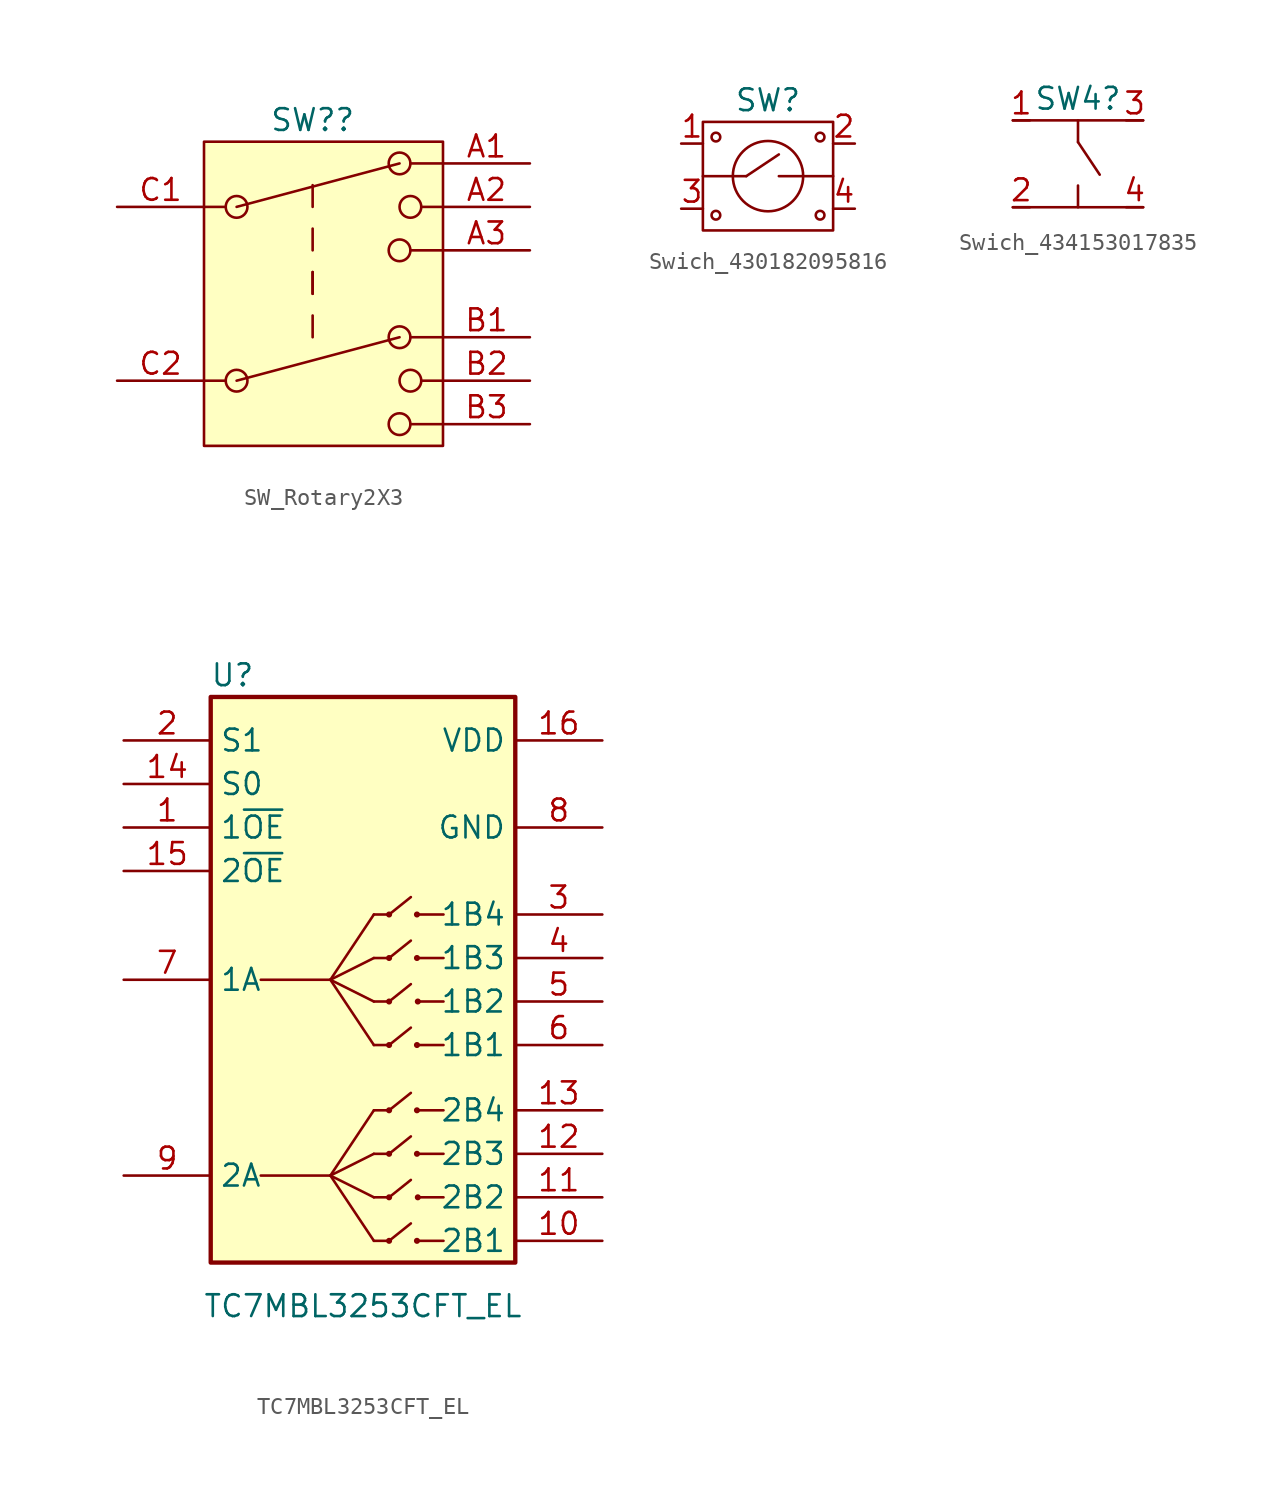
<source format=kicad_sym>
(kicad_symbol_lib
  (version 20211014)
  (generator kicad_symbol_editor)
  (symbol "SW_Rotary2X3"
    (pin_names
      (offset 1.016) hide)
    (property "Reference" "SW?"
      (at 11.43 5.08 0)
      (effects (font (size 1.27 1.27))))
    (symbol "SW_Rotary2X3_0_0"
      (polyline (pts (xy 6.35 -10.16) (xy 5.08 -10.16)) (stroke (width 0) (type default) (color 0 0 0 0)) (fill (type none)))
      (polyline (pts (xy 6.35 0) (xy 5.08 0)) (stroke (width 0) (type default) (color 0 0 0 0)) (fill (type none)))
      (polyline (pts (xy 6.985 -10.16) (xy 16.51 -7.62)) (stroke (width 0) (type default) (color 0 0 0 0)) (fill (type none)))
      (polyline (pts (xy 6.985 0) (xy 16.51 2.54)) (stroke (width 0) (type default) (color 0 0 0 0)) (fill (type none)))
      (polyline (pts (xy 11.43 -7.62) (xy 11.43 -6.35)) (stroke (width 0) (type default) (color 0 0 0 0)) (fill (type none)))
      (polyline (pts (xy 11.43 -5.08) (xy 11.43 -3.81)) (stroke (width 0) (type default) (color 0 0 0 0)) (fill (type none)))
      (polyline (pts (xy 11.43 -5.08) (xy 11.43 -3.81)) (stroke (width 0) (type default) (color 0 0 0 0)) (fill (type none)))
      (polyline (pts (xy 11.43 -2.54) (xy 11.43 -1.27)) (stroke (width 0) (type default) (color 0 0 0 0)) (fill (type none)))
      (polyline (pts (xy 11.43 0) (xy 11.43 1.27)) (stroke (width 0) (type default) (color 0 0 0 0)) (fill (type none)))
      (polyline (pts (xy 17.145 -12.7) (xy 19.05 -12.7)) (stroke (width 0) (type default) (color 0 0 0 0)) (fill (type none)))
      (polyline (pts (xy 17.145 -7.62) (xy 19.05 -7.62)) (stroke (width 0) (type default) (color 0 0 0 0)) (fill (type none)))
      (polyline (pts (xy 17.145 -2.54) (xy 19.05 -2.54)) (stroke (width 0) (type default) (color 0 0 0 0)) (fill (type none)))
      (polyline (pts (xy 17.145 2.54) (xy 19.05 2.54)) (stroke (width 0) (type default) (color 0 0 0 0)) (fill (type none)))
      (polyline (pts (xy 17.78 -10.16) (xy 19.05 -10.16)) (stroke (width 0) (type default) (color 0 0 0 0)) (fill (type none)))
      (polyline (pts (xy 17.78 0) (xy 19.05 0)) (stroke (width 0) (type default) (color 0 0 0 0)) (fill (type none)))
      (circle (center 6.985 -10.16) (radius 0.635) (stroke (width 0) (type default) (color 0 0 0 0)) (fill (type none)))
      (circle (center 6.985 0) (radius 0.635) (stroke (width 0) (type default) (color 0 0 0 0)) (fill (type none)))
      (circle (center 16.51 -12.7) (radius 0.635) (stroke (width 0) (type default) (color 0 0 0 0)) (fill (type none)))
      (circle (center 16.51 -7.62) (radius 0.635) (stroke (width 0) (type default) (color 0 0 0 0)) (fill (type none)))
      (circle (center 16.51 -2.54) (radius 0.635) (stroke (width 0) (type default) (color 0 0 0 0)) (fill (type none)))
      (circle (center 16.51 2.54) (radius 0.635) (stroke (width 0) (type default) (color 0 0 0 0)) (fill (type none)))
      (circle (center 17.145 -10.16) (radius 0.635) (stroke (width 0) (type default) (color 0 0 0 0)) (fill (type none)))
      (circle (center 17.145 0) (radius 0.635) (stroke (width 0) (type default) (color 0 0 0 0)) (fill (type none))))
    (symbol "SW_Rotary2X3_0_1"
      (rectangle (start 19.05 3.81) (end 5.08 -13.97) (stroke (width 0.152) (type default) (color 0 0 0 0)) (fill (type background)))
      (pin passive line (at 24.13 2.54 180) (length 5.08) (name "A1" (effects (font (size 1.27 1.27)))) (number "A1" (effects (font (size 1.27 1.27)))))
      (pin passive line (at 24.13 0 180) (length 5.08) (name "A2" (effects (font (size 1.27 1.27)))) (number "A2" (effects (font (size 1.27 1.27)))))
      (pin passive line (at 24.13 -2.54 180) (length 5.08) (name "A3" (effects (font (size 1.27 1.27)))) (number "A3" (effects (font (size 1.27 1.27)))))
      (pin passive line (at 24.13 -7.62 180) (length 5.08) (name "B1" (effects (font (size 1.27 1.27)))) (number "B1" (effects (font (size 1.27 1.27)))))
      (pin passive line (at 24.13 -10.16 180) (length 5.08) (name "B2" (effects (font (size 1.27 1.27)))) (number "B2" (effects (font (size 1.27 1.27)))))
      (pin passive line (at 24.13 -12.7 180) (length 5.08) (name "B3" (effects (font (size 1.27 1.27)))) (number "B3" (effects (font (size 1.27 1.27)))))
      (pin passive line (at 0 0 0) (length 5.08) (name "C1" (effects (font (size 1.27 1.27)))) (number "C1" (effects (font (size 1.27 1.27)))))
      (pin passive line (at 0 -10.16 0) (length 5.08) (name "C2" (effects (font (size 1.27 1.27)))) (number "C2" (effects (font (size 1.27 1.27)))))))
  (symbol "Swich_430182095816"
    (pin_names
      (offset 1.016))
    (property "Reference" "SW"
      (at 0 4.445 0)
      (effects (font (size 1.27 1.27))))
    (symbol "Swich_430182095816_0_1"
      (rectangle (start -3.81 3.175) (end 3.81 -3.175) (stroke (width 0) (type default) (color 0 0 0 0)) (fill (type none)))
      (circle (center -3.048 -2.286) (radius 0.254) (stroke (width 0) (type default) (color 0 0 0 0)) (fill (type none)))
      (circle (center -3.048 2.286) (radius 0.254) (stroke (width 0) (type default) (color 0 0 0 0)) (fill (type none)))
      (polyline (pts (xy -3.81 0) (xy -1.27 0)) (stroke (width 0) (type default) (color 0 0 0 0)) (fill (type none)))
      (polyline (pts (xy -1.27 0) (xy 0.635 1.27)) (stroke (width 0) (type default) (color 0 0 0 0)) (fill (type none)))
      (polyline (pts (xy 3.81 0) (xy 0.635 0)) (stroke (width 0) (type default) (color 0 0 0 0)) (fill (type none)))
      (circle (center 0 0) (radius 2.057) (stroke (width 0) (type default) (color 0 0 0 0)) (fill (type none)))
      (circle (center 3.048 -2.286) (radius 0.254) (stroke (width 0) (type default) (color 0 0 0 0)) (fill (type none)))
      (circle (center 3.048 2.286) (radius 0.254) (stroke (width 0) (type default) (color 0 0 0 0)) (fill (type none))))
    (symbol "Swich_430182095816_1_1"
      (pin input line (at -5.08 1.905 0) (length 1.27) (name "~" (effects (font (size 1.27 1.27)))) (number "1" (effects (font (size 1.27 1.27)))))
      (pin input line (at 5.08 1.905 180) (length 1.27) (name "~" (effects (font (size 1.27 1.27)))) (number "2" (effects (font (size 1.27 1.27)))))
      (pin input line (at -5.08 -1.905 0) (length 1.27) (name "~" (effects (font (size 1.27 1.27)))) (number "3" (effects (font (size 1.27 1.27)))))
      (pin input line (at 5.08 -1.905 180) (length 1.27) (name "~" (effects (font (size 1.27 1.27)))) (number "4" (effects (font (size 1.27 1.27)))))))
  (symbol "Swich_434153017835"
    (pin_names
      (offset 1.016))
    (property "Reference" "SW4"
      (at 3.81 1.27 0)
      (effects (font (size 1.27 1.27))))
    (symbol "Swich_434153017835_0_1"
      (polyline (pts (xy 3.81 -1.27) (xy 5.08 -3.175)) (stroke (width 0) (type default) (color 0 0 0 0)) (fill (type none)))
      (rectangle (start 3.81 -3.81) (end 3.81 -5.08) (stroke (width 0) (type default) (color 0 0 0 0)) (fill (type none)))
      (rectangle (start 3.81 0) (end 3.81 -1.27) (stroke (width 0) (type default) (color 0 0 0 0)) (fill (type none)))
      (rectangle (start 7.62 0) (end 0 0) (stroke (width 0) (type default) (color 0 0 0 0)) (fill (type none))))
    (symbol "Swich_434153017835_1_1"
      (rectangle (start 7.62 -5.08) (end 0 -5.08) (stroke (width 0) (type default) (color 0 0 0 0)) (fill (type none)))
      (pin input line (at 0 0 0) (length 0.991) (name "~" (effects (font (size 1.27 1.27)))) (number "1" (effects (font (size 1.27 1.27)))))
      (pin input line (at 0 -5.08 0) (length 0.991) (name "~" (effects (font (size 1.27 1.27)))) (number "2" (effects (font (size 1.27 1.27)))))
      (pin input line (at 7.62 0 180) (length 0.991) (name "~" (effects (font (size 1.27 1.27)))) (number "3" (effects (font (size 1.27 1.27)))))
      (pin input line (at 7.62 -5.08 180) (length 0.991) (name "~" (effects (font (size 1.27 1.27)))) (number "4" (effects (font (size 1.27 1.27)))))))
  (symbol "TC7MBL3253CFT_EL"
    (property "Reference" "U"
      (at 5.08 6.35 0)
      (effects (font (size 1.27 1.27))))
    (property "Value" "TC7MBL3253CFT_EL"
      (at 12.7 -30.48 0)
      (effects (font (size 1.27 1.27))))
    (symbol "TC7MBL3253CFT_EL_0_1"
      (polyline (pts (xy 6.731 -22.86) (xy 10.795 -22.86)) (stroke (width 0.152) (type default) (color 0 0 0 0)) (fill (type none)))
      (polyline (pts (xy 6.731 -11.43) (xy 10.795 -11.43)) (stroke (width 0.152) (type default) (color 0 0 0 0)) (fill (type none)))
      (polyline (pts (xy 10.795 -22.86) (xy 13.335 -26.67)) (stroke (width 0.152) (type default) (color 0 0 0 0)) (fill (type none)))
      (polyline (pts (xy 10.795 -22.86) (xy 13.335 -24.13)) (stroke (width 0.152) (type default) (color 0 0 0 0)) (fill (type none)))
      (polyline (pts (xy 10.795 -22.86) (xy 13.335 -21.59)) (stroke (width 0.152) (type default) (color 0 0 0 0)) (fill (type none)))
      (polyline (pts (xy 10.795 -22.86) (xy 13.335 -19.05)) (stroke (width 0.152) (type default) (color 0 0 0 0)) (fill (type none)))
      (polyline (pts (xy 10.795 -11.43) (xy 13.335 -15.24)) (stroke (width 0.152) (type default) (color 0 0 0 0)) (fill (type none)))
      (polyline (pts (xy 10.795 -11.43) (xy 13.335 -12.7)) (stroke (width 0.152) (type default) (color 0 0 0 0)) (fill (type none)))
      (polyline (pts (xy 10.795 -11.43) (xy 13.335 -10.16)) (stroke (width 0.152) (type default) (color 0 0 0 0)) (fill (type none)))
      (polyline (pts (xy 10.795 -11.43) (xy 13.335 -7.62)) (stroke (width 0.152) (type default) (color 0 0 0 0)) (fill (type none)))
      (polyline (pts (xy 13.335 -26.67) (xy 14.224 -26.67)) (stroke (width 0.152) (type default) (color 0 0 0 0)) (fill (type none)))
      (polyline (pts (xy 13.335 -24.13) (xy 14.224 -24.13)) (stroke (width 0.152) (type default) (color 0 0 0 0)) (fill (type none)))
      (polyline (pts (xy 13.335 -21.59) (xy 14.224 -21.59)) (stroke (width 0.152) (type default) (color 0 0 0 0)) (fill (type none)))
      (polyline (pts (xy 13.335 -19.05) (xy 14.224 -19.05)) (stroke (width 0.152) (type default) (color 0 0 0 0)) (fill (type none)))
      (polyline (pts (xy 13.335 -15.24) (xy 14.224 -15.24)) (stroke (width 0.152) (type default) (color 0 0 0 0)) (fill (type none)))
      (polyline (pts (xy 13.335 -12.7) (xy 14.224 -12.7)) (stroke (width 0.152) (type default) (color 0 0 0 0)) (fill (type none)))
      (polyline (pts (xy 13.335 -10.16) (xy 14.224 -10.16)) (stroke (width 0.152) (type default) (color 0 0 0 0)) (fill (type none)))
      (polyline (pts (xy 13.335 -7.62) (xy 14.224 -7.62)) (stroke (width 0.152) (type default) (color 0 0 0 0)) (fill (type none)))
      (polyline (pts (xy 14.224 -26.67) (xy 15.494 -25.654)) (stroke (width 0.152) (type default) (color 0 0 0 0)) (fill (type none)))
      (polyline (pts (xy 14.224 -24.13) (xy 15.494 -23.114)) (stroke (width 0.152) (type default) (color 0 0 0 0)) (fill (type none)))
      (polyline (pts (xy 14.224 -21.59) (xy 15.494 -20.574)) (stroke (width 0.152) (type default) (color 0 0 0 0)) (fill (type none)))
      (polyline (pts (xy 14.224 -19.05) (xy 15.494 -18.034)) (stroke (width 0.152) (type default) (color 0 0 0 0)) (fill (type none)))
      (polyline (pts (xy 14.224 -15.24) (xy 15.494 -14.224)) (stroke (width 0.152) (type default) (color 0 0 0 0)) (fill (type none)))
      (polyline (pts (xy 14.224 -12.7) (xy 15.494 -11.684)) (stroke (width 0.152) (type default) (color 0 0 0 0)) (fill (type none)))
      (polyline (pts (xy 14.224 -10.16) (xy 15.494 -9.144)) (stroke (width 0.152) (type default) (color 0 0 0 0)) (fill (type none)))
      (polyline (pts (xy 14.224 -7.62) (xy 15.494 -6.604)) (stroke (width 0.152) (type default) (color 0 0 0 0)) (fill (type none)))
      (polyline (pts (xy 15.875 -26.67) (xy 17.399 -26.67)) (stroke (width 0.152) (type default) (color 0 0 0 0)) (fill (type none)))
      (polyline (pts (xy 15.875 -24.13) (xy 17.399 -24.13)) (stroke (width 0.152) (type default) (color 0 0 0 0)) (fill (type none)))
      (polyline (pts (xy 15.875 -21.59) (xy 17.399 -21.59)) (stroke (width 0.152) (type default) (color 0 0 0 0)) (fill (type none)))
      (polyline (pts (xy 15.875 -19.05) (xy 17.399 -19.05)) (stroke (width 0.152) (type default) (color 0 0 0 0)) (fill (type none)))
      (polyline (pts (xy 15.875 -15.24) (xy 17.399 -15.24)) (stroke (width 0.152) (type default) (color 0 0 0 0)) (fill (type none)))
      (polyline (pts (xy 15.875 -12.7) (xy 17.399 -12.7)) (stroke (width 0.152) (type default) (color 0 0 0 0)) (fill (type none)))
      (polyline (pts (xy 15.875 -10.16) (xy 17.399 -10.16)) (stroke (width 0.152) (type default) (color 0 0 0 0)) (fill (type none)))
      (polyline (pts (xy 15.875 -7.62) (xy 17.399 -7.62)) (stroke (width 0.152) (type default) (color 0 0 0 0)) (fill (type none)))
      (circle (center 14.224 -26.67) (radius 0.102) (stroke (width 0.152) (type default) (color 0 0 0 0)) (fill (type none)))
      (circle (center 14.224 -24.13) (radius 0.102) (stroke (width 0.152) (type default) (color 0 0 0 0)) (fill (type none)))
      (circle (center 14.224 -21.59) (radius 0.102) (stroke (width 0.152) (type default) (color 0 0 0 0)) (fill (type none)))
      (circle (center 14.224 -19.05) (radius 0.102) (stroke (width 0.152) (type default) (color 0 0 0 0)) (fill (type none)))
      (circle (center 14.224 -15.24) (radius 0.102) (stroke (width 0.152) (type default) (color 0 0 0 0)) (fill (type none)))
      (circle (center 14.224 -12.7) (radius 0.102) (stroke (width 0.152) (type default) (color 0 0 0 0)) (fill (type none)))
      (circle (center 14.224 -10.16) (radius 0.102) (stroke (width 0.152) (type default) (color 0 0 0 0)) (fill (type none)))
      (circle (center 14.224 -7.62) (radius 0.102) (stroke (width 0.152) (type default) (color 0 0 0 0)) (fill (type none)))
      (circle (center 15.85 -26.67) (radius 0.102) (stroke (width 0.152) (type default) (color 0 0 0 0)) (fill (type none)))
      (circle (center 15.85 -21.59) (radius 0.102) (stroke (width 0.152) (type default) (color 0 0 0 0)) (fill (type none)))
      (circle (center 15.85 -19.05) (radius 0.102) (stroke (width 0.152) (type default) (color 0 0 0 0)) (fill (type none)))
      (circle (center 15.85 -15.24) (radius 0.102) (stroke (width 0.152) (type default) (color 0 0 0 0)) (fill (type none)))
      (circle (center 15.85 -10.16) (radius 0.102) (stroke (width 0.152) (type default) (color 0 0 0 0)) (fill (type none)))
      (circle (center 15.85 -7.62) (radius 0.102) (stroke (width 0.152) (type default) (color 0 0 0 0)) (fill (type none)))
      (circle (center 15.9 -24.13) (radius 0.102) (stroke (width 0.152) (type default) (color 0 0 0 0)) (fill (type none)))
      (circle (center 15.9 -12.7) (radius 0.102) (stroke (width 0.152) (type default) (color 0 0 0 0)) (fill (type none))))
    (symbol "TC7MBL3253CFT_EL_1_1"
      (rectangle (start 3.81 5.08) (end 21.59 -27.94) (stroke (width 0.254) (type default) (color 0 0 0 0)) (fill (type background)))
      (pin passive line (at -1.27 -2.54 0) (length 5.08) (name "1~{OE}" (effects (font (size 1.27 1.27)))) (number "1" (effects (font (size 1.27 1.27)))))
      (pin passive line (at 26.67 -26.67 180) (length 5.08) (name "2B1" (effects (font (size 1.27 1.27)))) (number "10" (effects (font (size 1.27 1.27)))))
      (pin passive line (at 26.67 -24.13 180) (length 5.08) (name "2B2" (effects (font (size 1.27 1.27)))) (number "11" (effects (font (size 1.27 1.27)))))
      (pin passive line (at 26.67 -21.59 180) (length 5.08) (name "2B3" (effects (font (size 1.27 1.27)))) (number "12" (effects (font (size 1.27 1.27)))))
      (pin passive line (at 26.67 -19.05 180) (length 5.08) (name "2B4" (effects (font (size 1.27 1.27)))) (number "13" (effects (font (size 1.27 1.27)))))
      (pin passive line (at -1.27 0 0) (length 5.08) (name "S0" (effects (font (size 1.27 1.27)))) (number "14" (effects (font (size 1.27 1.27)))))
      (pin passive line (at -1.27 -5.08 0) (length 5.08) (name "2~{OE}" (effects (font (size 1.27 1.27)))) (number "15" (effects (font (size 1.27 1.27)))))
      (pin passive line (at 26.67 2.54 180) (length 5.08) (name "VDD" (effects (font (size 1.27 1.27)))) (number "16" (effects (font (size 1.27 1.27)))))
      (pin passive line (at -1.27 2.54 0) (length 5.08) (name "S1" (effects (font (size 1.27 1.27)))) (number "2" (effects (font (size 1.27 1.27)))))
      (pin passive line (at 26.67 -7.62 180) (length 5.08) (name "1B4" (effects (font (size 1.27 1.27)))) (number "3" (effects (font (size 1.27 1.27)))))
      (pin passive line (at 26.67 -10.16 180) (length 5.08) (name "1B3" (effects (font (size 1.27 1.27)))) (number "4" (effects (font (size 1.27 1.27)))))
      (pin passive line (at 26.67 -12.7 180) (length 5.08) (name "1B2" (effects (font (size 1.27 1.27)))) (number "5" (effects (font (size 1.27 1.27)))))
      (pin passive line (at 26.67 -15.24 180) (length 5.08) (name "1B1" (effects (font (size 1.27 1.27)))) (number "6" (effects (font (size 1.27 1.27)))))
      (pin passive line (at -1.27 -11.43 0) (length 5.08) (name "1A" (effects (font (size 1.27 1.27)))) (number "7" (effects (font (size 1.27 1.27)))))
      (pin passive line (at 26.67 -2.54 180) (length 5.08) (name "GND" (effects (font (size 1.27 1.27)))) (number "8" (effects (font (size 1.27 1.27)))))
      (pin passive line (at -1.27 -22.86 0) (length 5.08) (name "2A" (effects (font (size 1.27 1.27)))) (number "9" (effects (font (size 1.27 1.27))))))))
</source>
